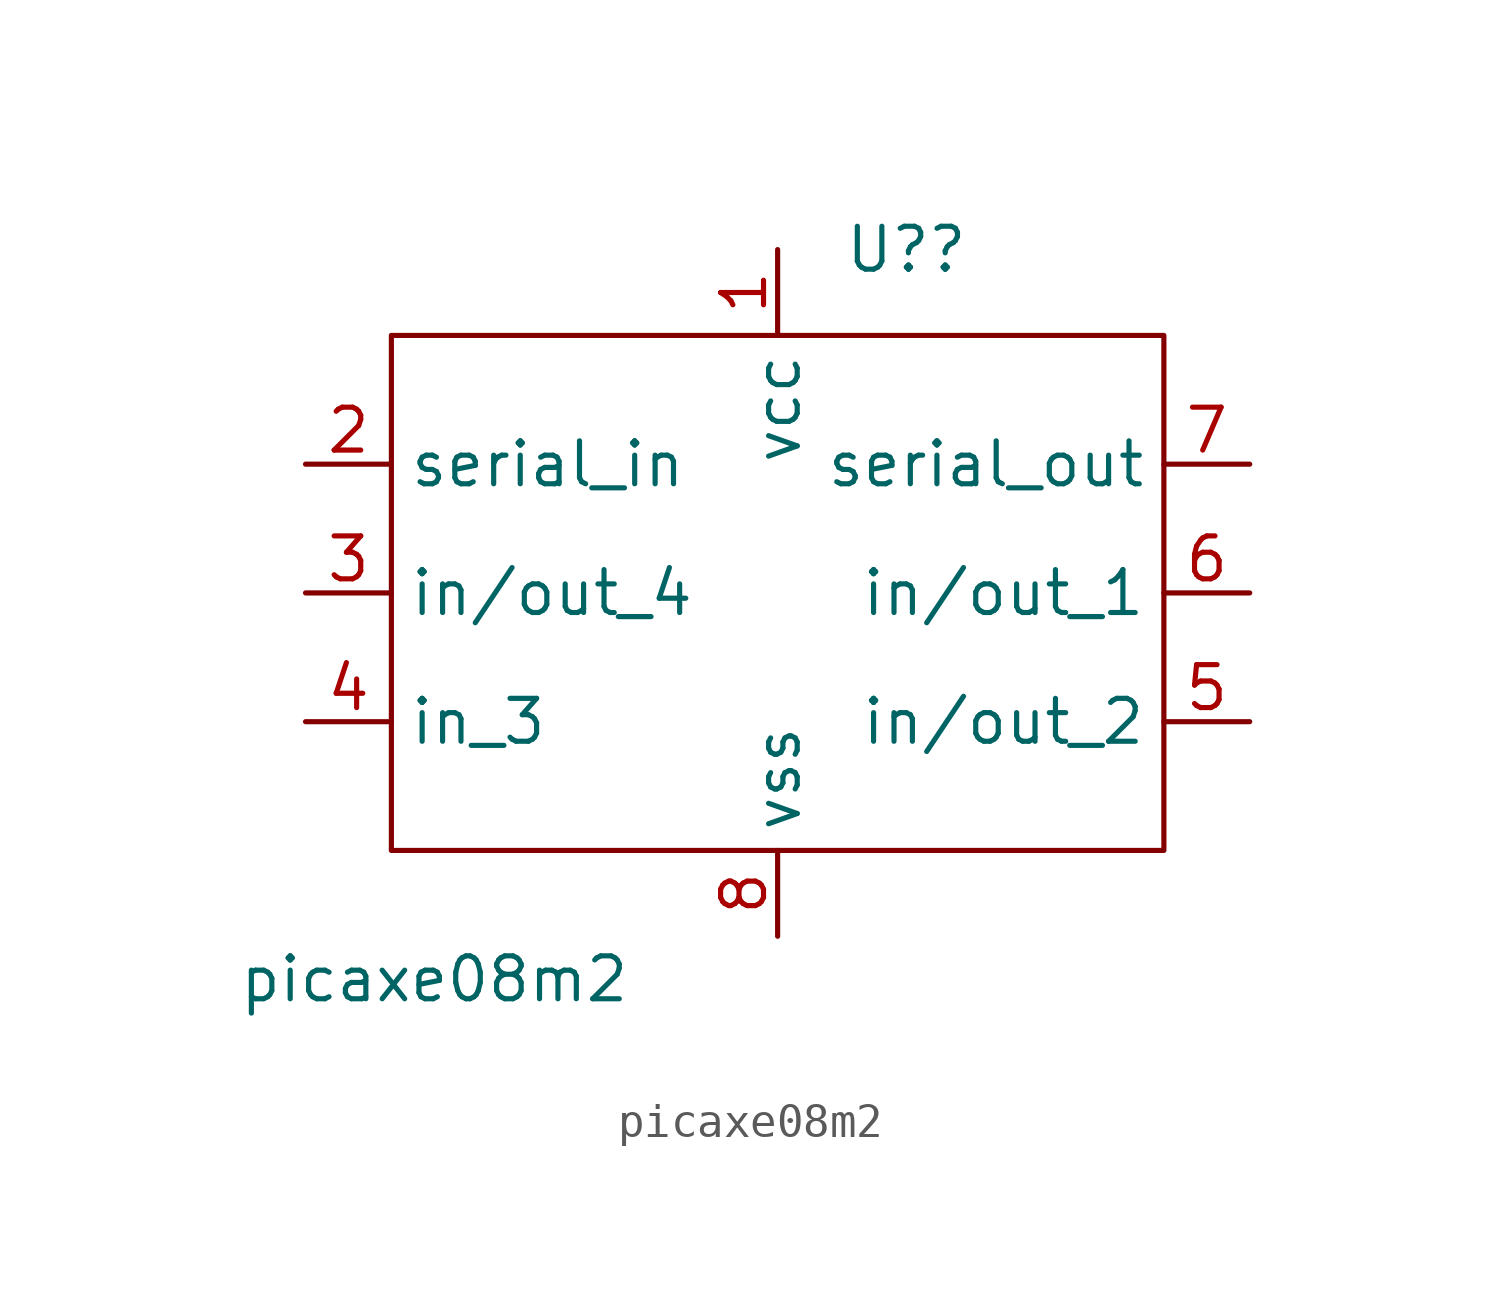
<source format=kicad_sym>
(kicad_symbol_lib
  (version 20211014)
  (generator kicad_symbol_editor)
  (symbol "picaxe08m2"
    (property "Reference" "U?"
      (at 3.81 10.16 0)
      (effects (font (size 1.27 1.27))))
    (property "Value" "picaxe08m2"
      (at -10.16 -11.43 0)
      (effects (font (size 1.27 1.27))))
    (symbol "picaxe08m2_0_1"
      (rectangle (start -11.43 7.62) (end 11.43 -7.62) (stroke (width 0) (type default) (color 0 0 0 0)) (fill (type none))))
    (symbol "picaxe08m2_1_1"
      (pin power_in line (at 0 10.16 270) (length 2.54) (name "vcc" (effects (font (size 1.27 1.27)))) (number "1" (effects (font (size 1.27 1.27)))))
      (pin input line (at -13.97 3.81 0) (length 2.54) (name "serial_in" (effects (font (size 1.27 1.27)))) (number "2" (effects (font (size 1.27 1.27)))))
      (pin bidirectional line (at -13.97 0 0) (length 2.54) (name "in/out_4" (effects (font (size 1.27 1.27)))) (number "3" (effects (font (size 1.27 1.27)))))
      (pin input line (at -13.97 -3.81 0) (length 2.54) (name "in_3" (effects (font (size 1.27 1.27)))) (number "4" (effects (font (size 1.27 1.27)))))
      (pin bidirectional line (at 13.97 -3.81 180) (length 2.54) (name "in/out_2" (effects (font (size 1.27 1.27)))) (number "5" (effects (font (size 1.27 1.27)))))
      (pin bidirectional line (at 13.97 0 180) (length 2.54) (name "in/out_1" (effects (font (size 1.27 1.27)))) (number "6" (effects (font (size 1.27 1.27)))))
      (pin output line (at 13.97 3.81 180) (length 2.54) (name "serial_out" (effects (font (size 1.27 1.27)))) (number "7" (effects (font (size 1.27 1.27)))))
      (pin power_out line (at 0 -10.16 90) (length 2.54) (name "vss" (effects (font (size 1.27 1.27)))) (number "8" (effects (font (size 1.27 1.27))))))))
</source>
